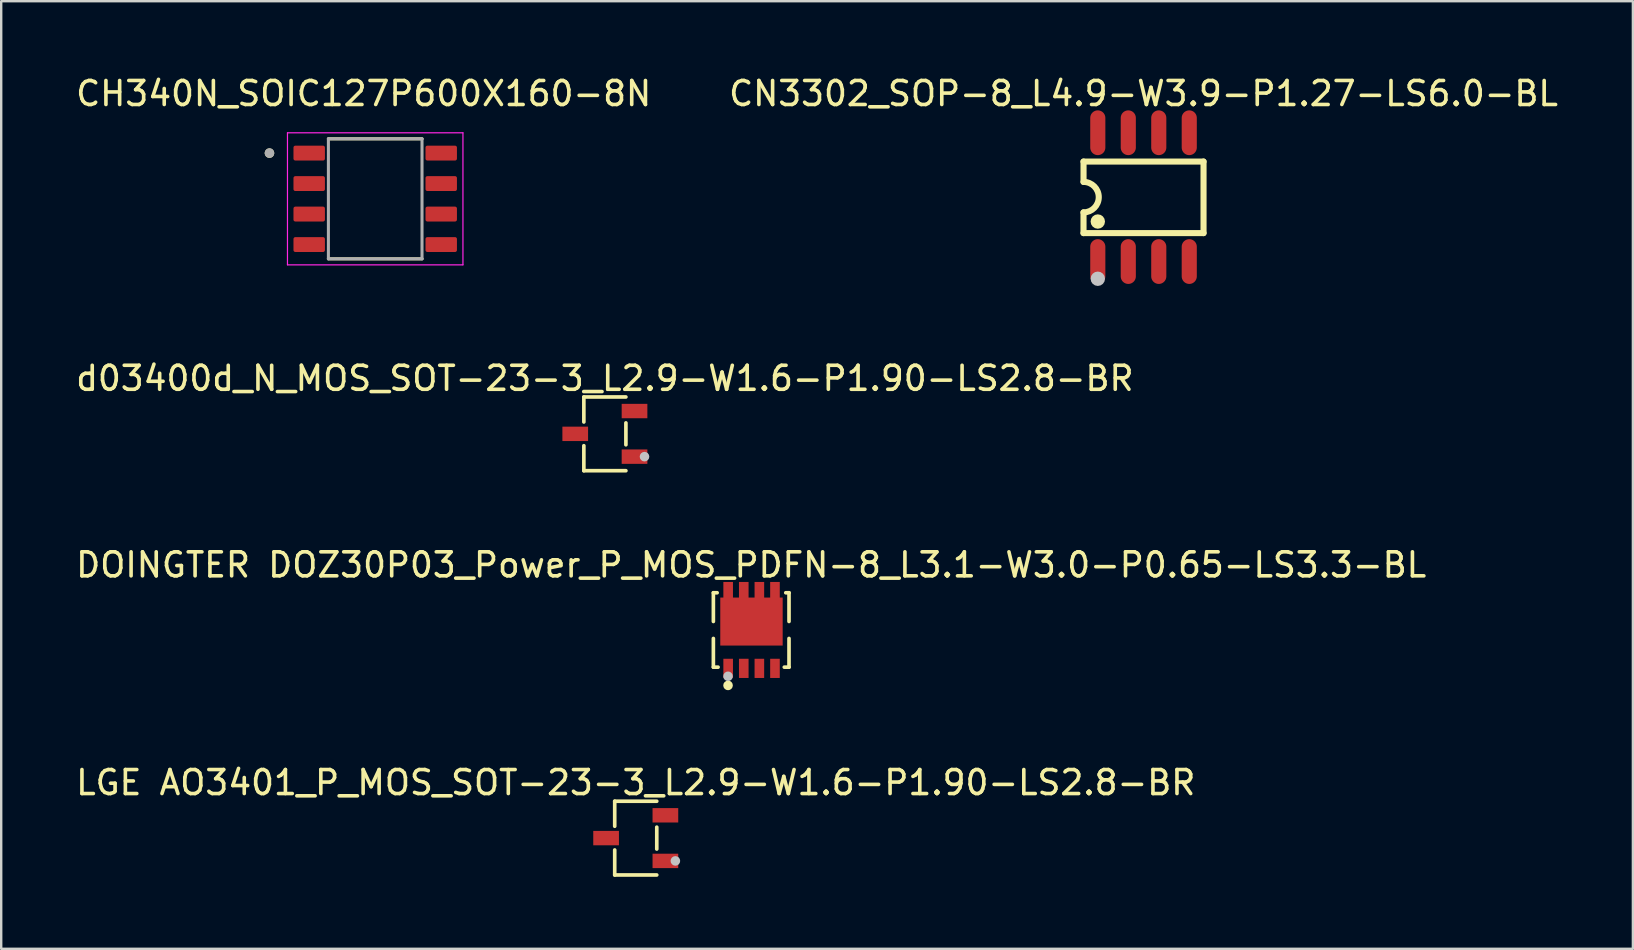
<source format=kicad_pcb>
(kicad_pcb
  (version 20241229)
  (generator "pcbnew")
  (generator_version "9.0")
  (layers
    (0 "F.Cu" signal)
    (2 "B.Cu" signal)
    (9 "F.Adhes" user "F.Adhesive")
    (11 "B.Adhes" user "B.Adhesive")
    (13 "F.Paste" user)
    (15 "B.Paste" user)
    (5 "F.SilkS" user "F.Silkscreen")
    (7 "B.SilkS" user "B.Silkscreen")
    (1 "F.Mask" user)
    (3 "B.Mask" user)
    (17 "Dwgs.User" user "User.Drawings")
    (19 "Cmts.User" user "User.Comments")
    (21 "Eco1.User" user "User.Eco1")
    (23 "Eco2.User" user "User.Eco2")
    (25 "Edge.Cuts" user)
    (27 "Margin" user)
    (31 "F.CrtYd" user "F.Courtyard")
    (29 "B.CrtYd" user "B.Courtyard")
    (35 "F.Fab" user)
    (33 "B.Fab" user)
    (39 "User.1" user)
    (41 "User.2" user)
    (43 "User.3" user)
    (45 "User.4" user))
  (footprint "d03400d_N_MOS_SOT-23-3_L2.9-W1.6-P1.90-LS2.8-BR"
    (layer "F.Cu")
    (at 22.149 15.024)
    (property "Reference" "d03400d_N_MOS_SOT-23-3_L2.9-W1.6-P1.90-LS2.8-BR" (at 0 -2.312 0) (layer "F.SilkS") (effects (font (size 1 1) (thickness 0.15))))
    (fp_line (start -0.876 -1.536) (end -0.876 -0.494) (stroke (width 0.152) (type default)) (layer "F.SilkS"))
    (fp_line (start -0.876 1.536) (end -0.876 0.494) (stroke (width 0.152) (type default)) (layer "F.SilkS"))
    (fp_line (start 0.876 -1.536) (end -0.876 -1.536) (stroke (width 0.152) (type default)) (layer "F.SilkS"))
    (fp_line (start 0.876 -0.456) (end 0.876 0.456) (stroke (width 0.152) (type default)) (layer "F.SilkS"))
    (fp_line (start 0.876 1.536) (end -0.876 1.536) (stroke (width 0.152) (type default)) (layer "F.SilkS"))
    (fp_circle (center 1.651 0.95) (end 1.751 0.95) (stroke (width 0.2) (type default)) (fill no) (layer "Dwgs.User"))
    (fp_poly (pts (xy -0.96 0.2) (xy -0.96 -0.2) (xy -0.79 -0.2) (xy -0.79 0.2)) (stroke (width 0.1) (type default)) (fill no) (layer "User.1"))
    (fp_poly (pts (xy -0.95 0.2) (xy -0.95 -0.2) (xy -1.4 -0.2) (xy -1.4 0.2)) (stroke (width 0.1) (type default)) (fill no) (layer "User.1"))
    (fp_poly (pts (xy 0.79 -0.75) (xy 0.79 -1.15) (xy 0.96 -1.15) (xy 0.96 -0.75)) (stroke (width 0.1) (type default)) (fill no) (layer "User.1"))
    (fp_poly (pts (xy 0.79 1.15) (xy 0.79 0.75) (xy 0.96 0.75) (xy 0.96 1.15)) (stroke (width 0.1) (type default)) (fill no) (layer "User.1"))
    (fp_poly (pts (xy 0.95 -0.75) (xy 0.95 -1.15) (xy 1.4 -1.15) (xy 1.4 -0.75)) (stroke (width 0.1) (type default)) (fill no) (layer "User.1"))
    (fp_poly (pts (xy 0.95 1.15) (xy 0.95 0.75) (xy 1.4 0.75) (xy 1.4 1.15)) (stroke (width 0.1) (type default)) (fill no) (layer "User.1"))
    (fp_line (start -0.8 -1.46) (end 0.8 -1.46) (stroke (width 0.051) (type default)) (layer "User.2"))
    (fp_line (start -0.8 1.46) (end -0.8 -1.46) (stroke (width 0.051) (type default)) (layer "User.2"))
    (fp_line (start 0.8 -1.46) (end 0.8 1.46) (stroke (width 0.051) (type default)) (layer "User.2"))
    (fp_line (start 0.8 1.46) (end -0.8 1.46) (stroke (width 0.051) (type default)) (layer "User.2"))
    (fp_poly (pts (xy 1.455 1.437) (xy 1.423 1.405) (xy 1.377 1.405) (xy 1.345 1.437) (xy 1.345 1.483) (xy 1.377 1.515) (xy 1.423 1.515) (xy 1.455 1.483)) (stroke (width 0.1) (type default)) (fill no) (layer "User.3"))
    (pad "1" smd rect (at 1.235 0.95) (size 1.07 0.6) (layers "F.Cu" "F.Mask" "F.Paste"))
    (pad "2" smd rect (at 1.235 -0.95) (size 1.07 0.6) (layers "F.Cu" "F.Mask" "F.Paste"))
    (pad "3" smd rect (at -1.235 0) (size 1.07 0.6) (layers "F.Cu" "F.Mask" "F.Paste")))
  (footprint "CN3302_SOP-8_L4.9-W3.9-P1.27-LS6.0-BL"
    (layer "F.Cu")
    (at 44.589 5.163)
    (property "Reference" "CN3302_SOP-8_L4.9-W3.9-P1.27-LS6.0-BL" (at 0 -4.315 0) (layer "F.SilkS") (effects (font (size 1 1) (thickness 0.15))))
    (fp_line (start -2.5 -1.482) (end 2.5 -1.482) (stroke (width 0.254) (type default)) (layer "F.SilkS"))
    (fp_line (start -2.5 0.635) (end -2.5 1.498) (stroke (width 0.254) (type default)) (layer "F.SilkS"))
    (fp_line (start -2.5 1.498) (end 2.5 1.498) (stroke (width 0.254) (type default)) (layer "F.SilkS"))
    (fp_line (start -2.499 -0.635) (end -2.499 -1.482) (stroke (width 0.254) (type default)) (layer "F.SilkS"))
    (fp_line (start 2.5 1.498) (end 2.5 -1.482) (stroke (width 0.254) (type default)) (layer "F.SilkS"))
    (fp_arc (start -2.4995 -0.635) (mid -1.8645 0.00025) (end -2.5 0.635) (stroke (width 0.254) (type default)) (layer "F.SilkS"))
    (fp_circle (center -1.905 1.016) (end -1.755 1.016) (stroke (width 0.3) (type default)) (fill no) (layer "F.SilkS"))
    (fp_circle (center -1.905 3.4) (end -1.755 3.4) (stroke (width 0.3) (type default)) (fill no) (layer "Dwgs.User"))
    (fp_poly (pts (xy -2.115 -2.232) (xy -1.695 -2.232) (xy -1.695 -1.942) (xy -2.115 -1.942)) (stroke (width 0.1) (type default)) (fill no) (layer "User.1"))
    (fp_poly (pts (xy -2.115 -2.165) (xy -2.115 -3) (xy -1.695 -3) (xy -1.695 -2.165)) (stroke (width 0.1) (type default)) (fill no) (layer "User.1"))
    (fp_poly (pts (xy -2.115 3) (xy -2.115 2.165) (xy -1.695 2.165) (xy -1.695 3)) (stroke (width 0.1) (type default)) (fill no) (layer "User.1"))
    (fp_poly (pts (xy -1.695 2.232) (xy -2.115 2.232) (xy -2.115 1.942) (xy -1.695 1.942)) (stroke (width 0.1) (type default)) (fill no) (layer "User.1"))
    (fp_poly (pts (xy -0.845 -2.232) (xy -0.425 -2.232) (xy -0.425 -1.942) (xy -0.845 -1.942)) (stroke (width 0.1) (type default)) (fill no) (layer "User.1"))
    (fp_poly (pts (xy -0.845 -2.165) (xy -0.845 -3) (xy -0.425 -3) (xy -0.425 -2.165)) (stroke (width 0.1) (type default)) (fill no) (layer "User.1"))
    (fp_poly (pts (xy -0.845 3) (xy -0.845 2.165) (xy -0.425 2.165) (xy -0.425 3)) (stroke (width 0.1) (type default)) (fill no) (layer "User.1"))
    (fp_poly (pts (xy -0.425 2.232) (xy -0.845 2.232) (xy -0.845 1.942) (xy -0.425 1.942)) (stroke (width 0.1) (type default)) (fill no) (layer "User.1"))
    (fp_poly (pts (xy 0.425 -2.232) (xy 0.845 -2.232) (xy 0.845 -1.942) (xy 0.425 -1.942)) (stroke (width 0.1) (type default)) (fill no) (layer "User.1"))
    (fp_poly (pts (xy 0.425 -2.165) (xy 0.425 -3) (xy 0.845 -3) (xy 0.845 -2.165)) (stroke (width 0.1) (type default)) (fill no) (layer "User.1"))
    (fp_poly (pts (xy 0.425 3) (xy 0.425 2.165) (xy 0.845 2.165) (xy 0.845 3)) (stroke (width 0.1) (type default)) (fill no) (layer "User.1"))
    (fp_poly (pts (xy 0.845 2.232) (xy 0.425 2.232) (xy 0.425 1.942) (xy 0.845 1.942)) (stroke (width 0.1) (type default)) (fill no) (layer "User.1"))
    (fp_poly (pts (xy 1.695 -2.232) (xy 2.115 -2.232) (xy 2.115 -1.942) (xy 1.695 -1.942)) (stroke (width 0.1) (type default)) (fill no) (layer "User.1"))
    (fp_poly (pts (xy 1.695 -2.165) (xy 1.695 -3) (xy 2.115 -3) (xy 2.115 -2.165)) (stroke (width 0.1) (type default)) (fill no) (layer "User.1"))
    (fp_poly (pts (xy 1.695 3) (xy 1.695 2.165) (xy 2.115 2.165) (xy 2.115 3)) (stroke (width 0.1) (type default)) (fill no) (layer "User.1"))
    (fp_poly (pts (xy 2.115 2.232) (xy 1.695 2.232) (xy 1.695 1.942) (xy 2.115 1.942)) (stroke (width 0.1) (type default)) (fill no) (layer "User.1"))
    (fp_line (start -2.45 -1.95) (end 2.45 -1.95) (stroke (width 0.051) (type default)) (layer "User.2"))
    (fp_line (start -2.45 1.95) (end -2.45 -1.95) (stroke (width 0.051) (type default)) (layer "User.2"))
    (fp_line (start 2.45 -1.95) (end 2.45 1.95) (stroke (width 0.051) (type default)) (layer "User.2"))
    (fp_line (start 2.45 1.95) (end -2.45 1.95) (stroke (width 0.051) (type default)) (layer "User.2"))
    (fp_poly (pts (xy -2.395 2.977) (xy -2.427 2.945) (xy -2.473 2.945) (xy -2.505 2.977) (xy -2.505 3.023) (xy -2.473 3.055) (xy -2.427 3.055) (xy -2.395 3.023)) (stroke (width 0.1) (type default)) (fill no) (layer "User.3"))
    (pad "1" smd oval (at -1.905 2.683) (size 0.63 1.865) (layers "F.Cu" "F.Mask" "F.Paste"))
    (pad "2" smd oval (at -0.635 2.683) (size 0.63 1.865) (layers "F.Cu" "F.Mask" "F.Paste"))
    (pad "3" smd oval (at 0.635 2.683) (size 0.63 1.865) (layers "F.Cu" "F.Mask" "F.Paste"))
    (pad "4" smd oval (at 1.905 2.683) (size 0.63 1.865) (layers "F.Cu" "F.Mask" "F.Paste"))
    (pad "5" smd oval (at 1.905 -2.683) (size 0.63 1.865) (layers "F.Cu" "F.Mask" "F.Paste"))
    (pad "6" smd oval (at 0.635 -2.683) (size 0.63 1.865) (layers "F.Cu" "F.Mask" "F.Paste"))
    (pad "7" smd oval (at -0.635 -2.683) (size 0.63 1.865) (layers "F.Cu" "F.Mask" "F.Paste"))
    (pad "8" smd oval (at -1.905 -2.683) (size 0.63 1.865) (layers "F.Cu" "F.Mask" "F.Paste")))
  (footprint "CH340N_SOIC127P600X160-8N"
    (layer "F.Cu")
    (at 12.581 5.233)
    (property "Reference" "CH340N_SOIC127P600X160-8N" (at -0.48 -4.385 0) (layer "F.SilkS") (effects (font (size 1 1) (thickness 0.15))))
    (attr smd)
    (fp_line (start -1.95 2.5) (end 1.95 2.5) (stroke (width 0.127) (type solid)) (layer "F.SilkS"))
    (fp_line (start 1.95 -2.5) (end -1.95 -2.5) (stroke (width 0.127) (type solid)) (layer "F.SilkS"))
    (fp_circle (center -4.405 -1.905) (end -4.305 -1.905) (stroke (width 0.2) (type solid)) (fill no) (layer "F.SilkS"))
    (fp_line (start -3.655 -2.75) (end -3.655 2.75) (stroke (width 0.05) (type solid)) (layer "F.CrtYd"))
    (fp_line (start -3.655 2.75) (end 3.655 2.75) (stroke (width 0.05) (type solid)) (layer "F.CrtYd"))
    (fp_line (start 3.655 -2.75) (end -3.655 -2.75) (stroke (width 0.05) (type solid)) (layer "F.CrtYd"))
    (fp_line (start 3.655 2.75) (end 3.655 -2.75) (stroke (width 0.05) (type solid)) (layer "F.CrtYd"))
    (fp_line (start -1.95 -2.5) (end -1.95 2.5) (stroke (width 0.127) (type solid)) (layer "F.Fab"))
    (fp_line (start -1.95 2.5) (end 1.95 2.5) (stroke (width 0.127) (type solid)) (layer "F.Fab"))
    (fp_line (start 1.95 -2.5) (end -1.95 -2.5) (stroke (width 0.127) (type solid)) (layer "F.Fab"))
    (fp_line (start 1.95 2.5) (end 1.95 -2.5) (stroke (width 0.127) (type solid)) (layer "F.Fab"))
    (fp_circle (center -4.405 -1.905) (end -4.305 -1.905) (stroke (width 0.2) (type solid)) (fill no) (layer "F.Fab"))
    (pad "1" smd roundrect (at -2.75 -1.905) (size 1.31 0.62) (layers "F.Cu" "F.Mask" "F.Paste") (roundrect_rratio 0.125))
    (pad "2" smd roundrect (at -2.75 -0.635) (size 1.31 0.62) (layers "F.Cu" "F.Mask" "F.Paste") (roundrect_rratio 0.125))
    (pad "3" smd roundrect (at -2.75 0.635) (size 1.31 0.62) (layers "F.Cu" "F.Mask" "F.Paste") (roundrect_rratio 0.125))
    (pad "4" smd roundrect (at -2.75 1.905) (size 1.31 0.62) (layers "F.Cu" "F.Mask" "F.Paste") (roundrect_rratio 0.125))
    (pad "5" smd roundrect (at 2.75 1.905) (size 1.31 0.62) (layers "F.Cu" "F.Mask" "F.Paste") (roundrect_rratio 0.125))
    (pad "6" smd roundrect (at 2.75 0.635) (size 1.31 0.62) (layers "F.Cu" "F.Mask" "F.Paste") (roundrect_rratio 0.125))
    (pad "7" smd roundrect (at 2.75 -0.635) (size 1.31 0.62) (layers "F.Cu" "F.Mask" "F.Paste") (roundrect_rratio 0.125))
    (pad "8" smd roundrect (at 2.75 -1.905) (size 1.31 0.62) (layers "F.Cu" "F.Mask" "F.Paste") (roundrect_rratio 0.125)))
  (footprint "LGE AO3401_P_MOS_SOT-23-3_L2.9-W1.6-P1.90-LS2.8-BR"
    (layer "F.Cu")
    (at 23.435 31.865)
    (property "Reference" "LGE AO3401_P_MOS_SOT-23-3_L2.9-W1.6-P1.90-LS2.8-BR" (at 0 -2.312 0) (layer "F.SilkS") (effects (font (size 1 1) (thickness 0.15))))
    (fp_line (start -0.876 -1.536) (end -0.876 -0.494) (stroke (width 0.152) (type default)) (layer "F.SilkS"))
    (fp_line (start -0.876 1.536) (end -0.876 0.494) (stroke (width 0.152) (type default)) (layer "F.SilkS"))
    (fp_line (start 0.876 -1.536) (end -0.876 -1.536) (stroke (width 0.152) (type default)) (layer "F.SilkS"))
    (fp_line (start 0.876 -0.456) (end 0.876 0.456) (stroke (width 0.152) (type default)) (layer "F.SilkS"))
    (fp_line (start 0.876 1.536) (end -0.876 1.536) (stroke (width 0.152) (type default)) (layer "F.SilkS"))
    (fp_circle (center 1.651 0.95) (end 1.751 0.95) (stroke (width 0.2) (type default)) (fill no) (layer "Dwgs.User"))
    (fp_poly (pts (xy -0.96 0.2) (xy -0.96 -0.2) (xy -0.79 -0.2) (xy -0.79 0.2)) (stroke (width 0.1) (type default)) (fill no) (layer "User.1"))
    (fp_poly (pts (xy -0.95 0.2) (xy -0.95 -0.2) (xy -1.4 -0.2) (xy -1.4 0.2)) (stroke (width 0.1) (type default)) (fill no) (layer "User.1"))
    (fp_poly (pts (xy 0.79 -0.75) (xy 0.79 -1.15) (xy 0.96 -1.15) (xy 0.96 -0.75)) (stroke (width 0.1) (type default)) (fill no) (layer "User.1"))
    (fp_poly (pts (xy 0.79 1.15) (xy 0.79 0.75) (xy 0.96 0.75) (xy 0.96 1.15)) (stroke (width 0.1) (type default)) (fill no) (layer "User.1"))
    (fp_poly (pts (xy 0.95 -0.75) (xy 0.95 -1.15) (xy 1.4 -1.15) (xy 1.4 -0.75)) (stroke (width 0.1) (type default)) (fill no) (layer "User.1"))
    (fp_poly (pts (xy 0.95 1.15) (xy 0.95 0.75) (xy 1.4 0.75) (xy 1.4 1.15)) (stroke (width 0.1) (type default)) (fill no) (layer "User.1"))
    (fp_line (start -0.8 -1.46) (end 0.8 -1.46) (stroke (width 0.051) (type default)) (layer "User.2"))
    (fp_line (start -0.8 1.46) (end -0.8 -1.46) (stroke (width 0.051) (type default)) (layer "User.2"))
    (fp_line (start 0.8 -1.46) (end 0.8 1.46) (stroke (width 0.051) (type default)) (layer "User.2"))
    (fp_line (start 0.8 1.46) (end -0.8 1.46) (stroke (width 0.051) (type default)) (layer "User.2"))
    (fp_poly (pts (xy 1.455 1.437) (xy 1.423 1.405) (xy 1.377 1.405) (xy 1.345 1.437) (xy 1.345 1.483) (xy 1.377 1.515) (xy 1.423 1.515) (xy 1.455 1.483)) (stroke (width 0.1) (type default)) (fill no) (layer "User.3"))
    (pad "1" smd rect (at 1.235 0.95) (size 1.07 0.6) (layers "F.Cu" "F.Mask" "F.Paste"))
    (pad "2" smd rect (at 1.235 -0.95) (size 1.07 0.6) (layers "F.Cu" "F.Mask" "F.Paste"))
    (pad "3" smd rect (at -1.235 0) (size 1.07 0.6) (layers "F.Cu" "F.Mask" "F.Paste")))
  (footprint "DOINGTER DOZ30P03_Power_P_MOS_PDFN-8_L3.1-W3.0-P0.65-LS3.3-BL"
    (layer "F.Cu")
    (at 28.26 23.194)
    (property "Reference" "DOINGTER DOZ30P03_Power_P_MOS_PDFN-8_L3.1-W3.0-P0.65-LS3.3-BL" (at -0.016 -2.71 0) (layer "F.SilkS") (effects (font (size 1 1) (thickness 0.15))))
    (fp_line (start -1.591 -1.55) (end -1.434 -1.55) (stroke (width 0.152) (type default)) (layer "F.SilkS"))
    (fp_line (start -1.591 -0.354) (end -1.591 -1.55) (stroke (width 0.152) (type default)) (layer "F.SilkS"))
    (fp_line (start -1.591 1.55) (end -1.591 0.354) (stroke (width 0.152) (type default)) (layer "F.SilkS"))
    (fp_line (start -1.591 1.55) (end -1.395 1.55) (stroke (width 0.152) (type default)) (layer "F.SilkS"))
    (fp_line (start 1.363 1.55) (end 1.56 1.55) (stroke (width 0.152) (type default)) (layer "F.SilkS"))
    (fp_line (start 1.425 -1.55) (end 1.56 -1.55) (stroke (width 0.152) (type default)) (layer "F.SilkS"))
    (fp_line (start 1.56 -1.55) (end 1.56 -0.354) (stroke (width 0.152) (type default)) (layer "F.SilkS"))
    (fp_line (start 1.56 0.354) (end 1.56 1.55) (stroke (width 0.152) (type default)) (layer "F.SilkS"))
    (fp_circle (center -0.98 2.31) (end -0.88 2.31) (stroke (width 0.2) (type default)) (fill no) (layer "F.SilkS"))
    (fp_poly (pts (xy -1.175 2) (xy -1.175 1.2) (xy -0.775 1.2) (xy -0.775 2)) (stroke (width 0) (type default)) (fill yes) (layer "F.Paste"))
    (fp_poly (pts (xy -0.525 2) (xy -0.525 1.2) (xy -0.125 1.2) (xy -0.125 2)) (stroke (width 0) (type default)) (fill yes) (layer "F.Paste"))
    (fp_poly (pts (xy 0.125 2) (xy 0.125 1.2) (xy 0.525 1.2) (xy 0.525 2)) (stroke (width 0) (type default)) (fill yes) (layer "F.Paste"))
    (fp_poly (pts (xy 0.775 2) (xy 0.775 1.2) (xy 1.175 1.2) (xy 1.175 2)) (stroke (width 0) (type default)) (fill yes) (layer "F.Paste"))
    (fp_poly (pts (xy -1.18 -1.35) (xy -1.18 -2) (arc (start -0.78 -2) (mid -0.772642 -1.988989) (end -0.77 -1.976)) (xy -0.77 -1.35) (arc (start -0.53 -1.35) (mid -0.522642 -1.361011) (end -0.52 -1.374)) (xy -0.52 -2) (xy -0.12 -2) (xy -0.12 -1.35) (xy 0.12 -1.35) (xy 0.12 -2.01) (xy 0.52 -2.01) (xy 0.52 -1.34) (xy 0.78 -1.34) (xy 0.78 -2) (xy 1.18 -2) (xy 1.18 -1.35) (xy 1.29 -1.35) (xy 1.29 0.65) (xy -1.3 0.65) (xy -1.3 -1.35)) (stroke (width 0) (type default)) (fill yes) (layer "F.Paste"))
    (fp_circle (center -0.98 1.93) (end -0.88 1.93) (stroke (width 0.2) (type default)) (fill no) (layer "Dwgs.User"))
    (fp_poly (pts (xy -1.172 -1.345) (xy 1.163 -1.345) (xy 1.163 0.49) (xy -1.172 0.49)) (stroke (width 0.1) (type default)) (fill no) (layer "User.1"))
    (fp_poly (pts (xy -0.838 -1.345) (xy -1.113 -1.345) (xy -1.113 -1.7) (xy -0.838 -1.7)) (stroke (width 0.1) (type default)) (fill no) (layer "User.1"))
    (fp_poly (pts (xy -0.838 1.7) (xy -1.113 1.7) (xy -1.113 1.345) (xy -0.838 1.345)) (stroke (width 0.1) (type default)) (fill no) (layer "User.1"))
    (fp_poly (pts (xy -0.188 -1.345) (xy -0.463 -1.345) (xy -0.463 -1.7) (xy -0.188 -1.7)) (stroke (width 0.1) (type default)) (fill no) (layer "User.1"))
    (fp_poly (pts (xy -0.188 1.7) (xy -0.463 1.7) (xy -0.463 1.345) (xy -0.188 1.345)) (stroke (width 0.1) (type default)) (fill no) (layer "User.1"))
    (fp_poly (pts (xy 0.463 -1.345) (xy 0.188 -1.345) (xy 0.188 -1.7) (xy 0.463 -1.7)) (stroke (width 0.1) (type default)) (fill no) (layer "User.1"))
    (fp_poly (pts (xy 0.463 1.7) (xy 0.188 1.7) (xy 0.188 1.345) (xy 0.463 1.345)) (stroke (width 0.1) (type default)) (fill no) (layer "User.1"))
    (fp_poly (pts (xy 1.113 -1.345) (xy 0.838 -1.345) (xy 0.838 -1.7) (xy 1.113 -1.7)) (stroke (width 0.1) (type default)) (fill no) (layer "User.1"))
    (fp_poly (pts (xy 1.113 1.7) (xy 0.838 1.7) (xy 0.838 1.345) (xy 1.113 1.345)) (stroke (width 0.1) (type default)) (fill no) (layer "User.1"))
    (fp_line (start -1.5 -1.55) (end 1.5 -1.55) (stroke (width 0.051) (type default)) (layer "User.2"))
    (fp_line (start -1.5 1.55) (end -1.5 -1.55) (stroke (width 0.051) (type default)) (layer "User.2"))
    (fp_line (start 1.5 -1.55) (end 1.5 1.55) (stroke (width 0.051) (type default)) (layer "User.2"))
    (fp_line (start 1.5 1.55) (end -1.5 1.55) (stroke (width 0.051) (type default)) (layer "User.2"))
    (fp_poly (pts (xy -1.445 1.677) (xy -1.477 1.645) (xy -1.523 1.645) (xy -1.555 1.677) (xy -1.555 1.723) (xy -1.523 1.755) (xy -1.477 1.755) (xy -1.445 1.723)) (stroke (width 0.1) (type default)) (fill no) (layer "User.3"))
    (pad "1" smd rect (at -0.975 1.6) (size 0.4 0.8) (layers "F.Cu" "F.Mask" "F.Paste"))
    (pad "2" smd rect (at -0.325 1.6) (size 0.4 0.8) (layers "F.Cu" "F.Mask" "F.Paste"))
    (pad "3" smd rect (at 0.325 1.6) (size 0.4 0.8) (layers "F.Cu" "F.Mask" "F.Paste"))
    (pad "4" smd rect (at 0.975 1.6) (size 0.4 0.8) (layers "F.Cu" "F.Mask" "F.Paste"))
    (pad "5" smd rect (at 0.975 -1.6 180) (size 0.4 0.8) (layers "F.Cu" "F.Mask" "F.Paste"))
    (pad "6" smd rect (at 0.325 -1.6 180) (size 0.4 0.8) (layers "F.Cu" "F.Mask" "F.Paste"))
    (pad "7" smd rect (at -0.325 -1.6 180) (size 0.4 0.8) (layers "F.Cu" "F.Mask" "F.Paste"))
    (pad "8" smd rect (at -0.975 -1.6 180) (size 0.4 0.8) (layers "F.Cu" "F.Mask" "F.Paste"))
    (pad "9" smd rect (at -0.004 -0.35) (size 2.6 2) (layers "F.Cu" "F.Mask" "F.Paste")))
  (gr_rect
    (start -3 -3)
    (end 64.976 36.477)
    (stroke (width 0.1) (type default))
    (fill no)
    (layer "Edge.Cuts")))
</source>
